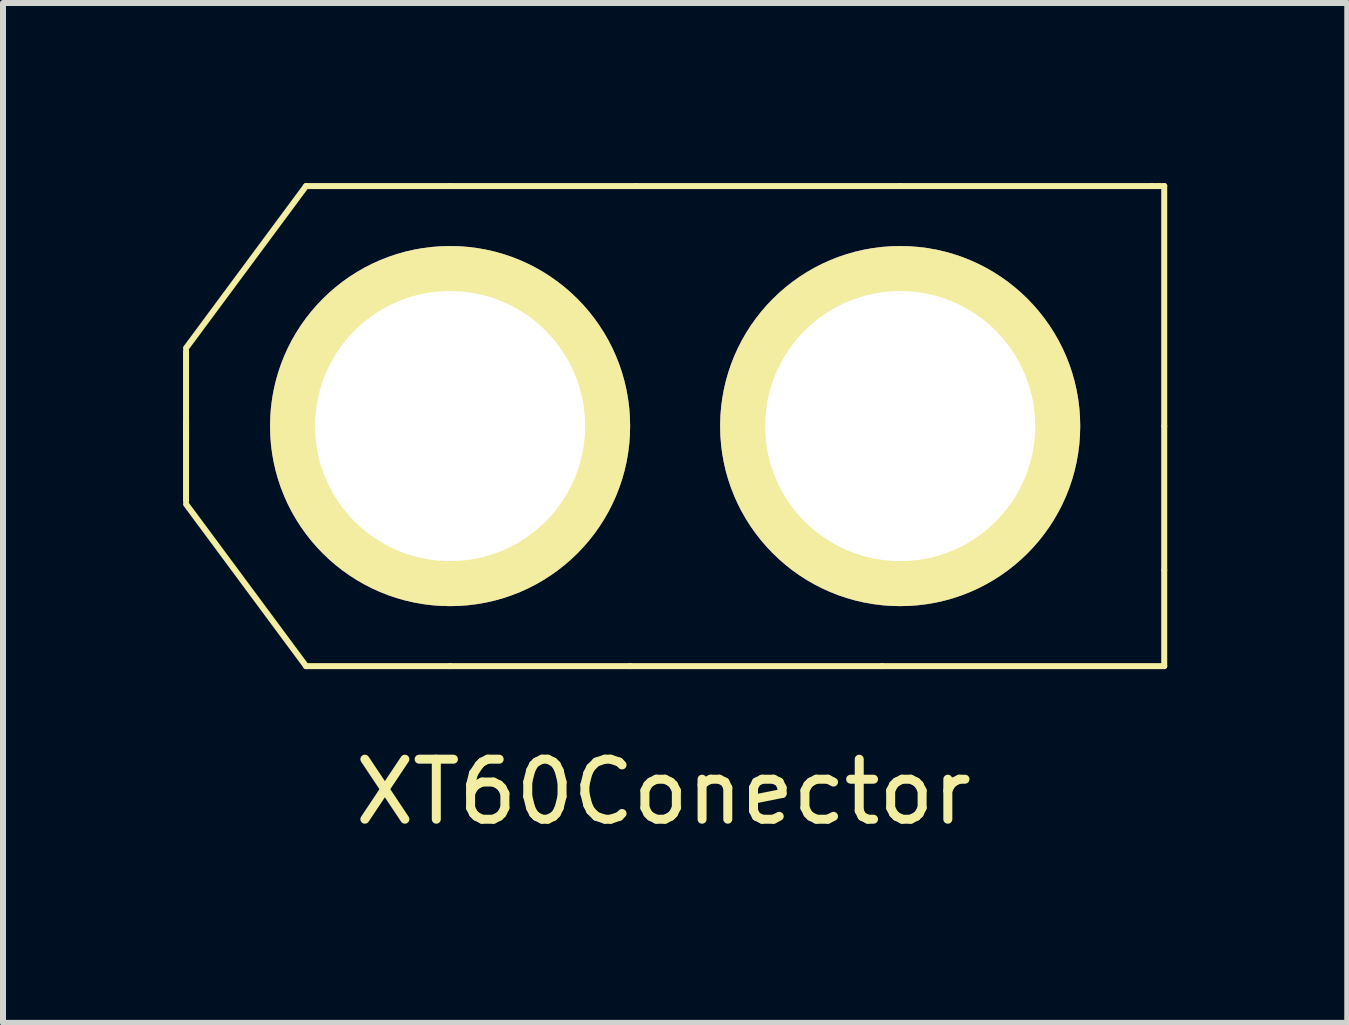
<source format=kicad_pcb>
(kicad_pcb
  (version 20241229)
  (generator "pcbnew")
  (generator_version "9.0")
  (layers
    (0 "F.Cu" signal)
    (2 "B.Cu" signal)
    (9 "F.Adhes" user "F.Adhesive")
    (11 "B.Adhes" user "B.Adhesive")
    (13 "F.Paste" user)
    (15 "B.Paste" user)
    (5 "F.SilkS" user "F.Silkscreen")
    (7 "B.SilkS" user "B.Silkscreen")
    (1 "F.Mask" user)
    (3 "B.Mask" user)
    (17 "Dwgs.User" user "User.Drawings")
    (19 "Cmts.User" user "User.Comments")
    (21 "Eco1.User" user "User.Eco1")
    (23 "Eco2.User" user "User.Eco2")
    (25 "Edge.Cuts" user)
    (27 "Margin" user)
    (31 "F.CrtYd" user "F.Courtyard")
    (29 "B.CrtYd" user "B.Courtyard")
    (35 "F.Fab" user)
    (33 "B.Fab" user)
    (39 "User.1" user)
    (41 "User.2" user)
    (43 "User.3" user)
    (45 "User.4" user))
  (footprint "XT60Conector"
    (layer "F.Cu")
    (at 4.45 4.05)
    (property "Reference" "XT60Conector" (at 3.556 6.096 0) (layer "F.SilkS") (effects (font (size 1 1) (thickness 0.15))))
    (attr through_hole)
    (fp_line (start -4.4 -0.1) (end -4.4 0.2) (stroke (width 0.1) (type solid)) (layer "F.SilkS"))
    (fp_line (start -4.4 0) (end -4.4 -1.25) (stroke (width 0.1) (type solid)) (layer "F.SilkS"))
    (fp_line (start -4.4 0) (end -4.4 1.25) (stroke (width 0.1) (type solid)) (layer "F.SilkS"))
    (fp_line (start -2.4 -4) (end -4.4 -1.3) (stroke (width 0.1) (type solid)) (layer "F.SilkS"))
    (fp_line (start -2.4 4) (end -4.4 1.3) (stroke (width 0.1) (type solid)) (layer "F.SilkS"))
    (fp_line (start 0 -4) (end -2.4 -4) (stroke (width 0.1) (type solid)) (layer "F.SilkS"))
    (fp_line (start 0 4) (end -2.4 4) (stroke (width 0.1) (type solid)) (layer "F.SilkS"))
    (fp_line (start 3 4) (end 0 4) (stroke (width 0.1) (type solid)) (layer "F.SilkS"))
    (fp_line (start 3.1 -4) (end 0 -4) (stroke (width 0.1) (type solid)) (layer "F.SilkS"))
    (fp_line (start 7.2 4) (end 3 4) (stroke (width 0.1) (type solid)) (layer "F.SilkS"))
    (fp_line (start 7.2 4) (end 11.9 4) (stroke (width 0.1) (type solid)) (layer "F.SilkS"))
    (fp_line (start 7.5 -4) (end 3.1 -4) (stroke (width 0.1) (type solid)) (layer "F.SilkS"))
    (fp_line (start 7.5 -4) (end 11.7 -4) (stroke (width 0.1) (type solid)) (layer "F.SilkS"))
    (fp_line (start 11.7 -4) (end 11.8 -4) (stroke (width 0.1) (type solid)) (layer "F.SilkS"))
    (fp_line (start 11.8 -4) (end 11.9 -4) (stroke (width 0.1) (type solid)) (layer "F.SilkS"))
    (fp_line (start 11.9 -4) (end 11.9 0) (stroke (width 0.1) (type solid)) (layer "F.SilkS"))
    (fp_line (start 11.9 0) (end 11.9 2.4) (stroke (width 0.1) (type solid)) (layer "F.SilkS"))
    (fp_line (start 11.9 4) (end 11.9 2.4) (stroke (width 0.1) (type solid)) (layer "F.SilkS"))
    (pad "1" thru_hole circle (at 0 0) (size 6 6) (drill 4.5) (layers "*.Cu" "*.Mask" "F.SilkS"))
    (pad "2" thru_hole circle (at 7.5 0) (size 6 6) (drill 4.5) (layers "*.Cu" "*.Mask" "F.SilkS")))
  (gr_rect
    (start -3 -3)
    (end 19.4 13.994)
    (stroke (width 0.1) (type default))
    (fill no)
    (layer "Edge.Cuts")))
</source>
